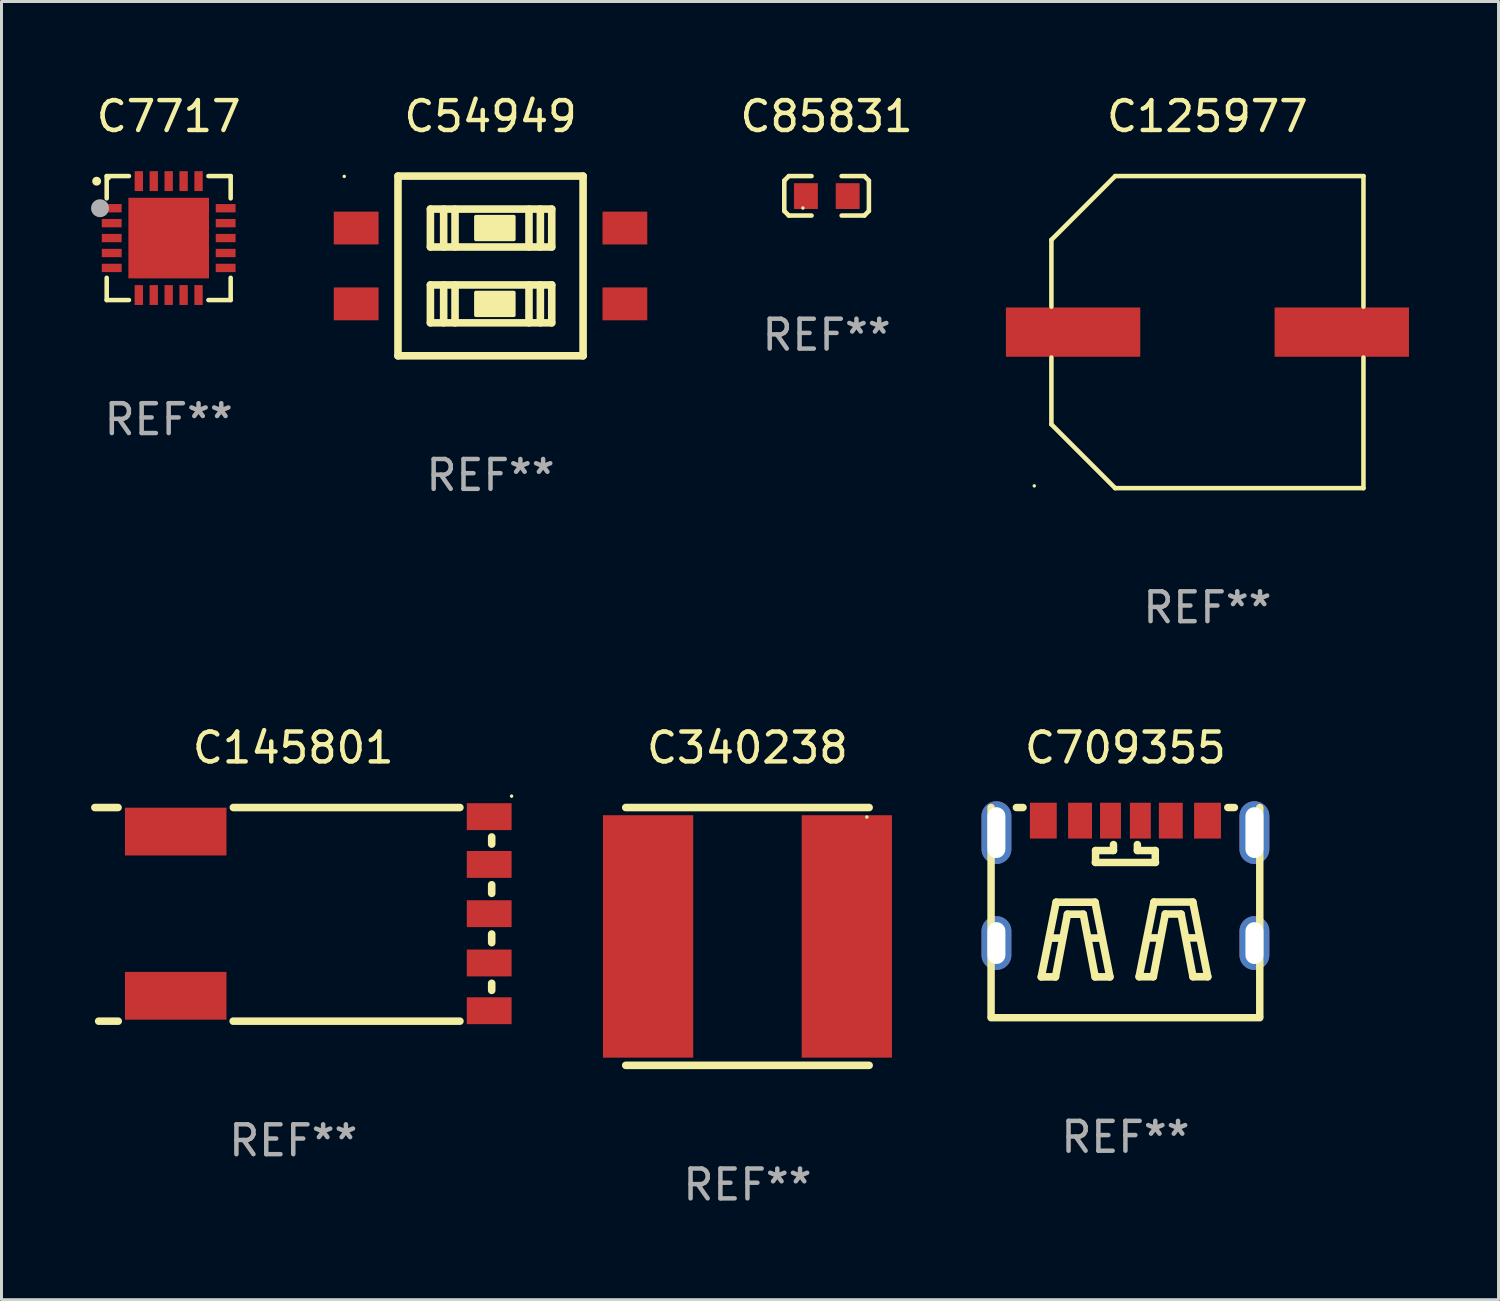
<source format=kicad_pcb>
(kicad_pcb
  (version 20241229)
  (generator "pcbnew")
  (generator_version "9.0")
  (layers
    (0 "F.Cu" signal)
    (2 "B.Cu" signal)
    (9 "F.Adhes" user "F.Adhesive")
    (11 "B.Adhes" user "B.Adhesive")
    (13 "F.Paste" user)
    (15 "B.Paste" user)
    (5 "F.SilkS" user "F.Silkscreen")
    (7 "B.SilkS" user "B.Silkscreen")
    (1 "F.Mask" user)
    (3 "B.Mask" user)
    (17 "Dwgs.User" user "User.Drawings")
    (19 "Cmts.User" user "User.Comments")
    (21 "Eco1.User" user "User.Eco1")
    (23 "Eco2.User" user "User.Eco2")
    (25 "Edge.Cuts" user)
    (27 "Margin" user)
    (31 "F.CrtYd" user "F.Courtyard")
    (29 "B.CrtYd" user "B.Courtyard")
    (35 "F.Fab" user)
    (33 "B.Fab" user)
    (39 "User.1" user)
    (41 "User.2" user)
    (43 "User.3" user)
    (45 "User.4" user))
  (footprint "C54949"
    (layer "F.Cu")
    (at 13.38 5.858)
    (property "Reference" "C54949" (at 0 -5.01 0) (layer "F.SilkS") (effects (font (size 1 1) (thickness 0.15))))
    (attr through_hole)
    (fp_line (start -3.1 -3.01) (end 3.1 -3.01) (stroke (width 0.254) (type solid)) (layer "F.SilkS"))
    (fp_line (start -3.1 3.01) (end -3.1 -3.01) (stroke (width 0.254) (type solid)) (layer "F.SilkS"))
    (fp_line (start -2.014 -1.905) (end 2.05 -1.905) (stroke (width 0.254) (type solid)) (layer "F.SilkS"))
    (fp_line (start -2.014 -0.635) (end -2.014 -1.905) (stroke (width 0.254) (type solid)) (layer "F.SilkS"))
    (fp_line (start -2.014 0.635) (end 2.05 0.635) (stroke (width 0.254) (type solid)) (layer "F.SilkS"))
    (fp_line (start -2.014 1.905) (end -2.014 0.635) (stroke (width 0.254) (type solid)) (layer "F.SilkS"))
    (fp_line (start -1.57 -1.905) (end -1.57 -0.635) (stroke (width 0.254) (type solid)) (layer "F.SilkS"))
    (fp_line (start -1.57 0.635) (end -1.57 1.905) (stroke (width 0.254) (type solid)) (layer "F.SilkS"))
    (fp_line (start -1.189 -1.905) (end -1.189 -0.635) (stroke (width 0.254) (type solid)) (layer "F.SilkS"))
    (fp_line (start -1.189 0.635) (end -1.189 1.905) (stroke (width 0.254) (type solid)) (layer "F.SilkS"))
    (fp_line (start 1.288 -1.905) (end 1.288 -0.635) (stroke (width 0.254) (type solid)) (layer "F.SilkS"))
    (fp_line (start 1.288 0.635) (end 1.288 1.905) (stroke (width 0.254) (type solid)) (layer "F.SilkS"))
    (fp_line (start 1.669 -1.905) (end 1.669 -0.635) (stroke (width 0.254) (type solid)) (layer "F.SilkS"))
    (fp_line (start 1.669 0.635) (end 1.669 1.905) (stroke (width 0.254) (type solid)) (layer "F.SilkS"))
    (fp_line (start 2.05 -1.905) (end 2.05 -0.635) (stroke (width 0.254) (type solid)) (layer "F.SilkS"))
    (fp_line (start 2.05 -0.635) (end -2.014 -0.635) (stroke (width 0.254) (type solid)) (layer "F.SilkS"))
    (fp_line (start 2.05 0.635) (end 2.05 1.905) (stroke (width 0.254) (type solid)) (layer "F.SilkS"))
    (fp_line (start 2.05 1.905) (end -2.014 1.905) (stroke (width 0.254) (type solid)) (layer "F.SilkS"))
    (fp_line (start 3.1 -3.01) (end 3.1 3.01) (stroke (width 0.254) (type solid)) (layer "F.SilkS"))
    (fp_line (start 3.1 3.01) (end -3.1 3.01) (stroke (width 0.254) (type solid)) (layer "F.SilkS"))
    (fp_circle (center -4.9 -3) (end -4.87 -3) (stroke (width 0.06) (type solid)) (fill no) (layer "F.SilkS"))
    (fp_poly (pts (xy -0.49 -1.651) (xy 0.78 -1.651) (xy 0.78 -0.889) (xy -0.49 -0.889)) (stroke (width 0.12) (type solid)) (fill yes) (layer "F.SilkS"))
    (fp_poly (pts (xy -0.49 0.889) (xy 0.78 0.889) (xy 0.78 1.651) (xy -0.49 1.651)) (stroke (width 0.12) (type solid)) (fill yes) (layer "F.SilkS"))
    (fp_text user "REF**" (at 0 7.01 0) (layer "F.Fab") (effects (font (size 1 1) (thickness 0.15))))
    (pad "1" smd rect (at -4.5 -1.27 270) (size 1.1 1.5) (layers "F.Cu" "F.Mask" "F.Paste"))
    (pad "2" smd rect (at -4.5 1.27 270) (size 1.1 1.5) (layers "F.Cu" "F.Mask" "F.Paste"))
    (pad "3" smd rect (at 4.5 1.27 270) (size 1.1 1.5) (layers "F.Cu" "F.Mask" "F.Paste"))
    (pad "4" smd rect (at 4.5 -1.27 270) (size 1.1 1.5) (layers "F.Cu" "F.Mask" "F.Paste")))
  (footprint "C125977"
    (layer "F.Cu")
    (at 37.392 8.074)
    (property "Reference" "C125977" (at 0 -7.226 0) (layer "F.SilkS") (effects (font (size 1 1) (thickness 0.15))))
    (attr through_hole)
    (fp_line (start -5.226 -3.09) (end -5.226 -0.852) (stroke (width 0.152) (type solid)) (layer "F.SilkS"))
    (fp_line (start -5.226 3.09) (end -5.226 0.852) (stroke (width 0.152) (type solid)) (layer "F.SilkS"))
    (fp_line (start -3.09 -5.226) (end -5.226 -3.09) (stroke (width 0.152) (type solid)) (layer "F.SilkS"))
    (fp_line (start -3.09 5.226) (end -5.226 3.09) (stroke (width 0.152) (type solid)) (layer "F.SilkS"))
    (fp_line (start 5.226 -5.226) (end -3.09 -5.226) (stroke (width 0.152) (type solid)) (layer "F.SilkS"))
    (fp_line (start 5.226 -0.852) (end 5.226 -5.226) (stroke (width 0.152) (type solid)) (layer "F.SilkS"))
    (fp_line (start 5.226 0.852) (end 5.226 5.226) (stroke (width 0.152) (type solid)) (layer "F.SilkS"))
    (fp_line (start 5.226 5.226) (end -3.09 5.226) (stroke (width 0.152) (type solid)) (layer "F.SilkS"))
    (fp_circle (center -5.8 5.15) (end -5.77 5.15) (stroke (width 0.06) (type solid)) (fill no) (layer "F.SilkS"))
    (fp_text user "REF**" (at 0 9.226 0) (layer "F.Fab") (effects (font (size 1 1) (thickness 0.15))))
    (pad "1" smd rect (at -4.5 0) (size 4.5 1.65) (layers "F.Cu" "F.Mask" "F.Paste"))
    (pad "2" smd rect (at 4.5 0) (size 4.5 1.65) (layers "F.Cu" "F.Mask" "F.Paste")))
  (footprint "C709355"
    (layer "F.Cu")
    (at 34.645 27.517)
    (property "Reference" "C709355" (at 0 -5.52 0) (layer "F.SilkS") (effects (font (size 1 1) (thickness 0.15))))
    (attr through_hole)
    (fp_line (start -4.5 -3.52) (end -4.5 3.47) (stroke (width 0.25) (type solid)) (layer "F.SilkS"))
    (fp_line (start -4.5 3.52) (end 4.5 3.52) (stroke (width 0.25) (type solid)) (layer "F.SilkS"))
    (fp_line (start -3.651 -3.52) (end -3.429 -3.52) (stroke (width 0.25) (type solid)) (layer "F.SilkS"))
    (fp_line (start -2.818 2.153) (end -2.32 -0.349) (stroke (width 0.254) (type solid)) (layer "F.SilkS"))
    (fp_line (start -2.518 0.853) (end -2.119 0.853) (stroke (width 0.254) (type solid)) (layer "F.SilkS"))
    (fp_line (start -2.343 2.153) (end -2.818 2.153) (stroke (width 0.254) (type solid)) (layer "F.SilkS"))
    (fp_line (start -2.32 -0.349) (end -1.019 -0.349) (stroke (width 0.254) (type solid)) (layer "F.SilkS"))
    (fp_line (start -1.941 0.053) (end -2.343 2.153) (stroke (width 0.254) (type solid)) (layer "F.SilkS"))
    (fp_line (start -1.413 0.053) (end -1.941 0.053) (stroke (width 0.254) (type solid)) (layer "F.SilkS"))
    (fp_line (start -1.219 0.852) (end -0.819 0.852) (stroke (width 0.254) (type solid)) (layer "F.SilkS"))
    (fp_line (start -1.019 -0.349) (end -0.519 2.153) (stroke (width 0.254) (type solid)) (layer "F.SilkS"))
    (fp_line (start -1.014 2.153) (end -1.413 0.053) (stroke (width 0.254) (type solid)) (layer "F.SilkS"))
    (fp_line (start -1.01 -1.68) (end 1.01 -1.68) (stroke (width 0.25) (type solid)) (layer "F.SilkS"))
    (fp_line (start -1 -2.08) (end -0.4 -2.08) (stroke (width 0.25) (type solid)) (layer "F.SilkS"))
    (fp_line (start -1 -1.68) (end -1 -2.08) (stroke (width 0.25) (type solid)) (layer "F.SilkS"))
    (fp_line (start -0.519 2.153) (end -1.014 2.153) (stroke (width 0.254) (type solid)) (layer "F.SilkS"))
    (fp_line (start -0.4 -2.08) (end -0.4 -2.28) (stroke (width 0.25) (type solid)) (layer "F.SilkS"))
    (fp_line (start 0.4 -2.08) (end 0.4 -2.28) (stroke (width 0.25) (type solid)) (layer "F.SilkS"))
    (fp_line (start 0.459 2.148) (end 0.957 -0.354) (stroke (width 0.254) (type solid)) (layer "F.SilkS"))
    (fp_line (start 0.759 0.848) (end 1.158 0.848) (stroke (width 0.254) (type solid)) (layer "F.SilkS"))
    (fp_line (start 0.934 2.148) (end 0.459 2.148) (stroke (width 0.254) (type solid)) (layer "F.SilkS"))
    (fp_line (start 0.957 -0.354) (end 2.257 -0.354) (stroke (width 0.254) (type solid)) (layer "F.SilkS"))
    (fp_line (start 1 -2.08) (end 0.4 -2.08) (stroke (width 0.25) (type solid)) (layer "F.SilkS"))
    (fp_line (start 1 -1.68) (end 1 -2.08) (stroke (width 0.25) (type solid)) (layer "F.SilkS"))
    (fp_line (start 1.335 0.048) (end 0.934 2.148) (stroke (width 0.254) (type solid)) (layer "F.SilkS"))
    (fp_line (start 1.864 0.048) (end 1.335 0.048) (stroke (width 0.254) (type solid)) (layer "F.SilkS"))
    (fp_line (start 2.058 0.847) (end 2.458 0.847) (stroke (width 0.254) (type solid)) (layer "F.SilkS"))
    (fp_line (start 2.257 -0.354) (end 2.758 2.148) (stroke (width 0.254) (type solid)) (layer "F.SilkS"))
    (fp_line (start 2.263 2.148) (end 1.864 0.048) (stroke (width 0.254) (type solid)) (layer "F.SilkS"))
    (fp_line (start 2.758 2.148) (end 2.263 2.148) (stroke (width 0.254) (type solid)) (layer "F.SilkS"))
    (fp_line (start 3.429 -3.52) (end 3.651 -3.52) (stroke (width 0.25) (type solid)) (layer "F.SilkS"))
    (fp_line (start 4.5 -3.52) (end 4.5 3.47) (stroke (width 0.25) (type solid)) (layer "F.SilkS"))
    (fp_circle (center -4.48 -3.34) (end -4.45 -3.34) (stroke (width 0.06) (type solid)) (fill no) (layer "F.SilkS"))
    (fp_text user "REF**" (at 0 7.52 0) (layer "F.Fab") (effects (font (size 1 1) (thickness 0.15))))
    (pad "1" thru_hole oval (at -4.32 -2.68) (size 1 2.1) (drill oval 0.6 1.7) (layers "*.Cu" "*.Mask"))
    (pad "2" thru_hole oval (at 4.32 -2.68) (size 1 2.1) (drill oval 0.6 1.7) (layers "*.Cu" "*.Mask"))
    (pad "3" thru_hole oval (at -4.32 1.02) (size 1 1.8) (drill oval 0.6 1.4) (layers "*.Cu" "*.Mask"))
    (pad "4" thru_hole oval (at 4.32 1.02) (size 1 1.8) (drill oval 0.6 1.4) (layers "*.Cu" "*.Mask"))
    (pad "A5" smd rect (at -0.5 -3.08) (size 0.7 1.2) (layers "F.Cu" "F.Mask" "F.Paste"))
    (pad "A9" smd rect (at 1.52 -3.08) (size 0.8 1.2) (layers "F.Cu" "F.Mask" "F.Paste"))
    (pad "A12" smd rect (at 2.75 -3.08) (size 0.9 1.2) (layers "F.Cu" "F.Mask" "F.Paste"))
    (pad "B5" smd rect (at 0.5 -3.08) (size 0.7 1.2) (layers "F.Cu" "F.Mask" "F.Paste"))
    (pad "B9" smd rect (at -1.52 -3.08) (size 0.8 1.2) (layers "F.Cu" "F.Mask" "F.Paste"))
    (pad "B12" smd rect (at -2.75 -3.08) (size 0.9 1.2) (layers "F.Cu" "F.Mask" "F.Paste")))
  (footprint "C85831"
    (layer "F.Cu")
    (at 24.636 3.509)
    (property "Reference" "C85831" (at 0 -2.661 0) (layer "F.SilkS") (effects (font (size 1 1) (thickness 0.15))))
    (attr through_hole)
    (fp_line (start -1.417 -0.508) (end -1.265 -0.661) (stroke (width 0.152) (type solid)) (layer "F.SilkS"))
    (fp_line (start -1.417 0.508) (end -1.417 -0.508) (stroke (width 0.152) (type solid)) (layer "F.SilkS"))
    (fp_line (start -1.265 -0.661) (end -0.503 -0.661) (stroke (width 0.152) (type solid)) (layer "F.SilkS"))
    (fp_line (start -1.265 0.661) (end -1.417 0.508) (stroke (width 0.152) (type solid)) (layer "F.SilkS"))
    (fp_line (start -1.265 0.661) (end -0.503 0.661) (stroke (width 0.152) (type solid)) (layer "F.SilkS"))
    (fp_line (start 1.265 -0.661) (end 0.503 -0.661) (stroke (width 0.152) (type solid)) (layer "F.SilkS"))
    (fp_line (start 1.265 -0.661) (end 1.417 -0.508) (stroke (width 0.152) (type solid)) (layer "F.SilkS"))
    (fp_line (start 1.265 0.661) (end 0.503 0.661) (stroke (width 0.152) (type solid)) (layer "F.SilkS"))
    (fp_line (start 1.417 -0.508) (end 1.417 0.508) (stroke (width 0.152) (type solid)) (layer "F.SilkS"))
    (fp_line (start 1.417 0.508) (end 1.265 0.661) (stroke (width 0.152) (type solid)) (layer "F.SilkS"))
    (fp_circle (center -0.793 0.409) (end -0.763 0.409) (stroke (width 0.06) (type solid)) (fill no) (layer "F.SilkS"))
    (fp_text user "REF**" (at 0 4.661 0) (layer "F.Fab") (effects (font (size 1 1) (thickness 0.15))))
    (pad "1" smd rect (at -0.693 0.009 180) (size 0.8 0.864) (layers "F.Cu" "F.Mask" "F.Paste"))
    (pad "2" smd rect (at 0.707 0.009 180) (size 0.8 0.864) (layers "F.Cu" "F.Mask" "F.Paste")))
  (footprint "C145801"
    (layer "F.Cu")
    (at 6.773 27.575)
    (property "Reference" "C145801" (at 0 -5.578 0) (layer "F.SilkS") (effects (font (size 1 1) (thickness 0.15))))
    (attr through_hole)
    (fp_line (start -6.646 -3.578) (end -5.869 -3.578) (stroke (width 0.254) (type solid)) (layer "F.SilkS"))
    (fp_line (start -5.864 3.578) (end -6.518 3.578) (stroke (width 0.254) (type solid)) (layer "F.SilkS"))
    (fp_line (start -2.007 -3.578) (end 5.581 -3.578) (stroke (width 0.254) (type solid)) (layer "F.SilkS"))
    (fp_line (start 5.582 3.578) (end -2.013 3.578) (stroke (width 0.254) (type solid)) (layer "F.SilkS"))
    (fp_line (start 6.646 -2.591) (end 6.646 -2.353) (stroke (width 0.254) (type solid)) (layer "F.SilkS"))
    (fp_line (start 6.646 -0.991) (end 6.646 -0.703) (stroke (width 0.254) (type solid)) (layer "F.SilkS"))
    (fp_line (start 6.646 0.659) (end 6.646 0.948) (stroke (width 0.254) (type solid)) (layer "F.SilkS"))
    (fp_line (start 6.646 2.31) (end 6.646 2.546) (stroke (width 0.254) (type solid)) (layer "F.SilkS"))
    (fp_circle (center 7.312 -3.959) (end 7.342 -3.959) (stroke (width 0.06) (type solid)) (fill no) (layer "F.SilkS"))
    (fp_text user "REF**" (at 0 7.578 0) (layer "F.Fab") (effects (font (size 1 1) (thickness 0.15))))
    (pad "1" smd rect (at 6.562 -3.272) (size 1.5 0.9) (layers "F.Cu" "F.Mask" "F.Paste"))
    (pad "2" smd rect (at 6.562 -1.672) (size 1.5 0.9) (layers "F.Cu" "F.Mask" "F.Paste"))
    (pad "3" smd rect (at 6.562 1.629) (size 1.5 0.9) (layers "F.Cu" "F.Mask" "F.Paste"))
    (pad "4" smd rect (at 6.562 3.228) (size 1.5 0.9) (layers "F.Cu" "F.Mask" "F.Paste"))
    (pad "5" smd rect (at 6.562 -0.022) (size 1.5 0.9) (layers "F.Cu" "F.Mask" "F.Paste"))
    (pad "6" smd rect (at -3.938 -2.772) (size 3.4 1.6) (layers "F.Cu" "F.Mask" "F.Paste"))
    (pad "7" smd rect (at -3.938 2.728) (size 3.4 1.6) (layers "F.Cu" "F.Mask" "F.Paste")))
  (footprint "C340238"
    (layer "F.Cu")
    (at 21.985 28.315)
    (property "Reference" "C340238" (at 0 -6.318 0) (layer "F.SilkS") (effects (font (size 1 1) (thickness 0.15))))
    (attr through_hole)
    (fp_line (start -4.076 -4.318) (end 4.076 -4.318) (stroke (width 0.254) (type solid)) (layer "F.SilkS"))
    (fp_line (start -4.076 4.318) (end 4.076 4.318) (stroke (width 0.254) (type solid)) (layer "F.SilkS"))
    (fp_circle (center 4 -4) (end 4.03 -4) (stroke (width 0.06) (type solid)) (fill no) (layer "F.SilkS"))
    (fp_text user "REF**" (at 0 8.318 0) (layer "F.Fab") (effects (font (size 1 1) (thickness 0.15))))
    (pad "1" smd rect (at 3.328 0) (size 3.024 8.12) (layers "F.Cu" "F.Mask" "F.Paste"))
    (pad "2" smd rect (at -3.328 0) (size 3.024 8.12) (layers "F.Cu" "F.Mask" "F.Paste")))
  (footprint "C7717"
    (layer "F.Cu")
    (at 2.6 4.924)
    (property "Reference" "C7717" (at 0 -4.076 0) (layer "F.SilkS") (effects (font (size 1 1) (thickness 0.15))))
    (attr through_hole)
    (fp_line (start -2.076 -2.076) (end -2.076 -1.331) (stroke (width 0.152) (type solid)) (layer "F.SilkS"))
    (fp_line (start -2.076 2.076) (end -2.076 1.331) (stroke (width 0.152) (type solid)) (layer "F.SilkS"))
    (fp_line (start -1.331 -2.076) (end -2.076 -2.076) (stroke (width 0.152) (type solid)) (layer "F.SilkS"))
    (fp_line (start -1.331 2.076) (end -2.076 2.076) (stroke (width 0.152) (type solid)) (layer "F.SilkS"))
    (fp_line (start 1.331 -2.076) (end 2.076 -2.076) (stroke (width 0.152) (type solid)) (layer "F.SilkS"))
    (fp_line (start 1.331 2.076) (end 2.076 2.076) (stroke (width 0.152) (type solid)) (layer "F.SilkS"))
    (fp_line (start 2.076 -2.076) (end 2.076 -1.331) (stroke (width 0.152) (type solid)) (layer "F.SilkS"))
    (fp_line (start 2.076 2.076) (end 2.076 1.331) (stroke (width 0.152) (type solid)) (layer "F.SilkS"))
    (fp_circle (center -2.413 -1.905) (end -2.338 -1.905) (stroke (width 0.15) (type solid)) (fill no) (layer "F.SilkS"))
    (fp_circle (center -2 -2) (end -1.97 -2) (stroke (width 0.06) (type solid)) (fill no) (layer "F.SilkS"))
    (fp_circle (center -2.3 -1) (end -2.15 -1) (stroke (width 0.3) (type solid)) (fill no) (layer "F.Fab"))
    (fp_text user "REF**" (at 0 6.076 0) (layer "F.Fab") (effects (font (size 1 1) (thickness 0.15))))
    (pad "1" smd rect (at -1.908 -1) (size 0.665 0.28) (layers "F.Cu" "F.Mask" "F.Paste"))
    (pad "2" smd rect (at -1.908 -0.5) (size 0.665 0.28) (layers "F.Cu" "F.Mask" "F.Paste"))
    (pad "3" smd rect (at -1.908 0) (size 0.665 0.28) (layers "F.Cu" "F.Mask" "F.Paste"))
    (pad "4" smd rect (at -1.908 0.5) (size 0.665 0.28) (layers "F.Cu" "F.Mask" "F.Paste"))
    (pad "5" smd rect (at -1.908 1) (size 0.665 0.28) (layers "F.Cu" "F.Mask" "F.Paste"))
    (pad "6" smd rect (at -1 1.908) (size 0.28 0.665) (layers "F.Cu" "F.Mask" "F.Paste"))
    (pad "7" smd rect (at -0.5 1.908) (size 0.28 0.665) (layers "F.Cu" "F.Mask" "F.Paste"))
    (pad "8" smd rect (at 0 1.908) (size 0.28 0.665) (layers "F.Cu" "F.Mask" "F.Paste"))
    (pad "9" smd rect (at 0.5 1.908) (size 0.28 0.665) (layers "F.Cu" "F.Mask" "F.Paste"))
    (pad "10" smd rect (at 1 1.908) (size 0.28 0.665) (layers "F.Cu" "F.Mask" "F.Paste"))
    (pad "11" smd rect (at 1.908 1) (size 0.665 0.28) (layers "F.Cu" "F.Mask" "F.Paste"))
    (pad "12" smd rect (at 1.908 0.5) (size 0.665 0.28) (layers "F.Cu" "F.Mask" "F.Paste"))
    (pad "13" smd rect (at 1.908 0) (size 0.665 0.28) (layers "F.Cu" "F.Mask" "F.Paste"))
    (pad "14" smd rect (at 1.908 -0.5) (size 0.665 0.28) (layers "F.Cu" "F.Mask" "F.Paste"))
    (pad "15" smd rect (at 1.908 -1) (size 0.665 0.28) (layers "F.Cu" "F.Mask" "F.Paste"))
    (pad "16" smd rect (at 1 -1.908) (size 0.28 0.665) (layers "F.Cu" "F.Mask" "F.Paste"))
    (pad "17" smd rect (at 0.5 -1.908) (size 0.28 0.665) (layers "F.Cu" "F.Mask" "F.Paste"))
    (pad "18" smd rect (at 0 -1.908) (size 0.28 0.665) (layers "F.Cu" "F.Mask" "F.Paste"))
    (pad "19" smd rect (at -0.5 -1.908) (size 0.28 0.665) (layers "F.Cu" "F.Mask" "F.Paste"))
    (pad "20" smd rect (at -1 -1.908) (size 0.28 0.665) (layers "F.Cu" "F.Mask" "F.Paste"))
    (pad "21" smd rect (at 0 0) (size 2.7 2.7) (layers "F.Cu" "F.Mask" "F.Paste")))
  (gr_rect
    (start -3 -3)
    (end 47.142 40.481)
    (stroke (width 0.1) (type default))
    (fill no)
    (layer "Edge.Cuts")))
</source>
